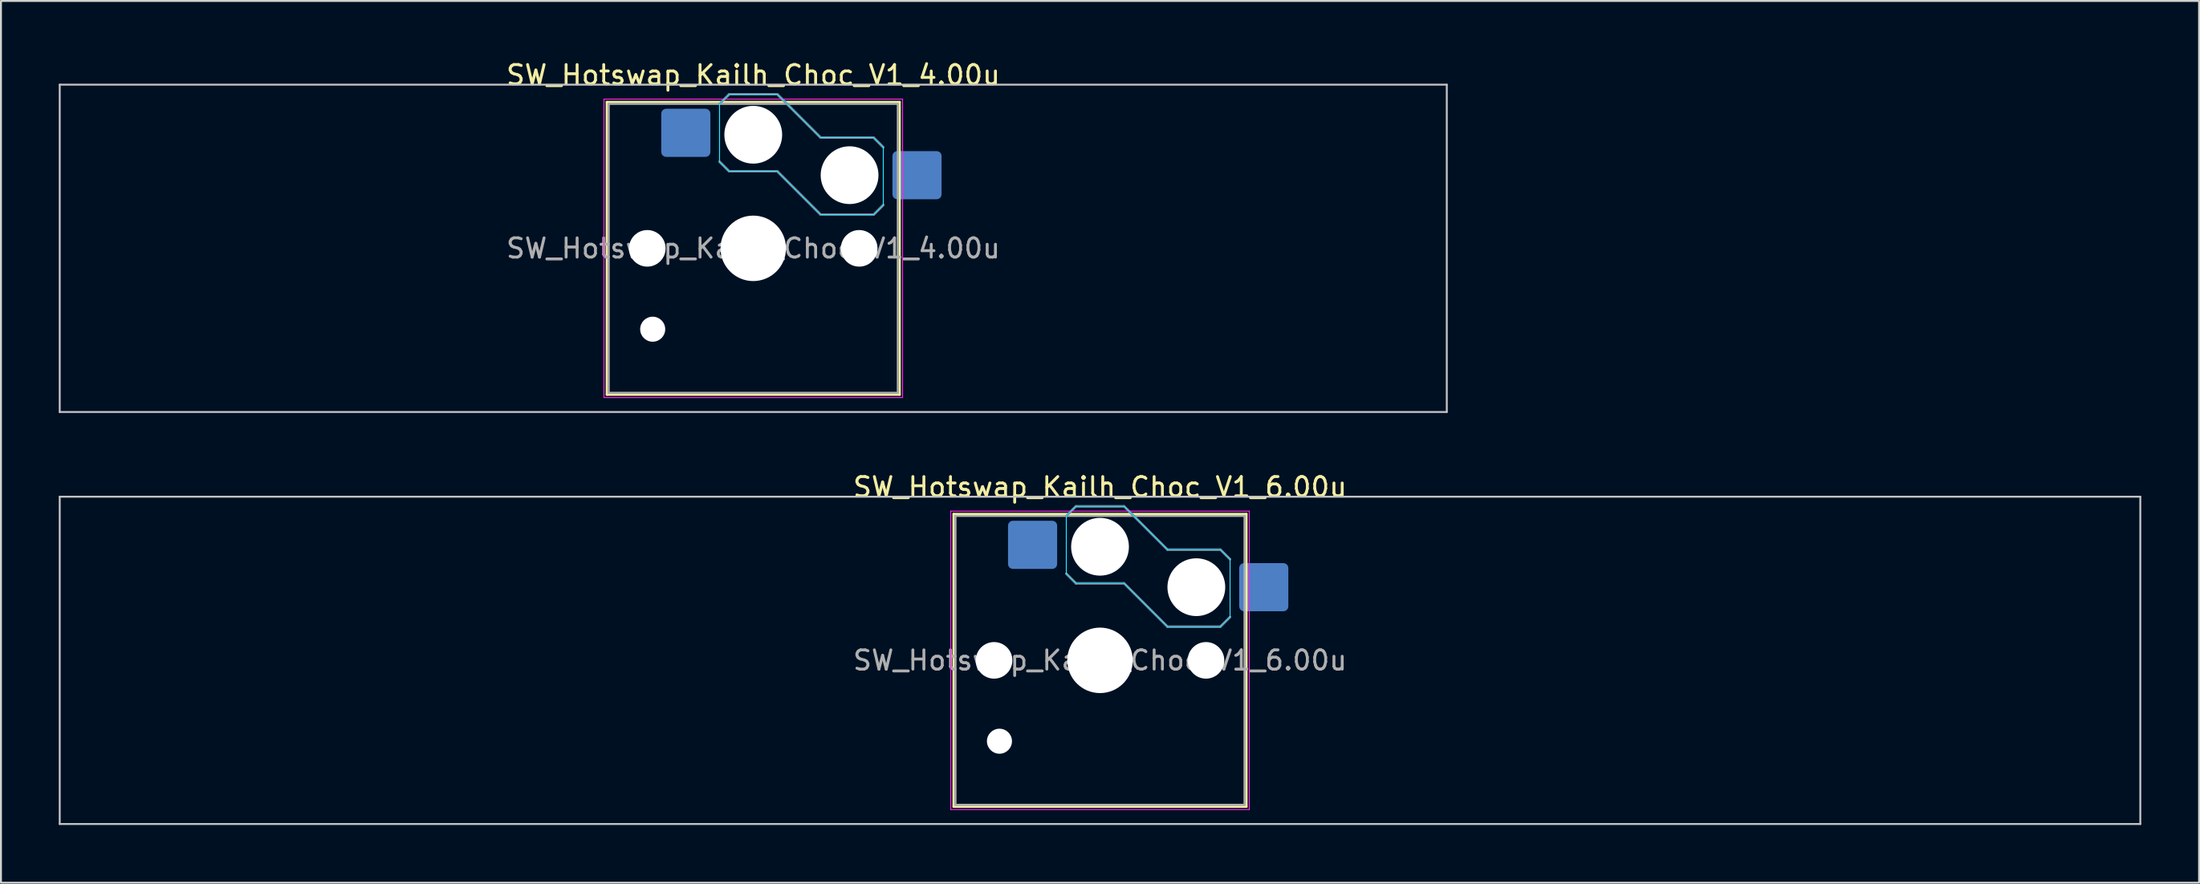
<source format=kicad_pcb>
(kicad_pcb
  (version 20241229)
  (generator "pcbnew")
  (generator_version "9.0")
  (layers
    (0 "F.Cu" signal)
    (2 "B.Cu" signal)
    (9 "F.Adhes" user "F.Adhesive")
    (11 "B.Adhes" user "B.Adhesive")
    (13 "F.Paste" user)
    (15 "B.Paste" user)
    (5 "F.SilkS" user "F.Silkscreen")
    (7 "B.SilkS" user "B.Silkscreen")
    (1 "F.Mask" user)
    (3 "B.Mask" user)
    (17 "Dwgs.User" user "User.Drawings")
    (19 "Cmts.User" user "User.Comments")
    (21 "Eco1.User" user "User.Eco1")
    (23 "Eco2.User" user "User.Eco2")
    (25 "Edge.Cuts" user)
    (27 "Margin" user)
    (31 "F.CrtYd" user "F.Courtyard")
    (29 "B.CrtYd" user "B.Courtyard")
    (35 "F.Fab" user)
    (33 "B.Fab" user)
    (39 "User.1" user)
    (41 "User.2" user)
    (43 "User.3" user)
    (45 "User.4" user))
  (footprint "SW_Hotswap_Kailh_Choc_V1_4.00u"
    (layer "F.Cu")
    (at 36.05 9.848)
    (property "Reference" "SW_Hotswap_Kailh_Choc_V1_4.00u" (at 0 -9 0) (layer "F.SilkS") (effects (font (size 1 1) (thickness 0.15))))
    (attr smd)
    (fp_line (start -7.6 -7.6) (end -7.6 7.6) (stroke (width 0.12) (type solid)) (layer "F.SilkS"))
    (fp_line (start -7.6 7.6) (end 7.6 7.6) (stroke (width 0.12) (type solid)) (layer "F.SilkS"))
    (fp_line (start 7.6 -7.6) (end -7.6 -7.6) (stroke (width 0.12) (type solid)) (layer "F.SilkS"))
    (fp_line (start 7.6 7.6) (end 7.6 -7.6) (stroke (width 0.12) (type solid)) (layer "F.SilkS"))
    (fp_line (start -1.75 -7.5) (end -1.25 -8) (stroke (width 0.12) (type solid)) (layer "B.SilkS"))
    (fp_line (start -1.25 -8) (end 1.25 -8) (stroke (width 0.12) (type solid)) (layer "B.SilkS"))
    (fp_line (start -1.25 -4) (end -1.75 -4.5) (stroke (width 0.12) (type solid)) (layer "B.SilkS"))
    (fp_line (start 1.25 -8) (end 3.5 -5.75) (stroke (width 0.12) (type solid)) (layer "B.SilkS"))
    (fp_line (start 1.25 -4) (end -1.25 -4) (stroke (width 0.12) (type solid)) (layer "B.SilkS"))
    (fp_line (start 3.5 -5.75) (end 6.25 -5.75) (stroke (width 0.12) (type solid)) (layer "B.SilkS"))
    (fp_line (start 3.5 -1.75) (end 1.25 -4) (stroke (width 0.12) (type solid)) (layer "B.SilkS"))
    (fp_line (start 6.25 -5.75) (end 6.75 -5.25) (stroke (width 0.12) (type solid)) (layer "B.SilkS"))
    (fp_line (start 6.25 -1.75) (end 3.5 -1.75) (stroke (width 0.12) (type solid)) (layer "B.SilkS"))
    (fp_line (start 6.75 -2.25) (end 6.25 -1.75) (stroke (width 0.12) (type solid)) (layer "B.SilkS"))
    (fp_line (start -36 -8.5) (end -36 8.5) (stroke (width 0.1) (type solid)) (layer "Dwgs.User"))
    (fp_line (start -36 8.5) (end 36 8.5) (stroke (width 0.1) (type solid)) (layer "Dwgs.User"))
    (fp_line (start 36 -8.5) (end -36 -8.5) (stroke (width 0.1) (type solid)) (layer "Dwgs.User"))
    (fp_line (start 36 8.5) (end 36 -8.5) (stroke (width 0.1) (type solid)) (layer "Dwgs.User"))
    (fp_line (start -7.25 -7.25) (end -7.25 7.25) (stroke (width 0.1) (type solid)) (layer "Eco1.User"))
    (fp_line (start -7.25 7.25) (end 7.25 7.25) (stroke (width 0.1) (type solid)) (layer "Eco1.User"))
    (fp_line (start 7.25 -7.25) (end -7.25 -7.25) (stroke (width 0.1) (type solid)) (layer "Eco1.User"))
    (fp_line (start 7.25 7.25) (end 7.25 -7.25) (stroke (width 0.1) (type solid)) (layer "Eco1.User"))
    (fp_line (start -1.75 -7.5) (end -1.25 -8) (stroke (width 0.05) (type solid)) (layer "B.CrtYd"))
    (fp_line (start -1.75 -4.5) (end -1.75 -7.5) (stroke (width 0.05) (type solid)) (layer "B.CrtYd"))
    (fp_line (start -1.25 -8) (end 1.25 -8) (stroke (width 0.05) (type solid)) (layer "B.CrtYd"))
    (fp_line (start -1.25 -4) (end -1.75 -4.5) (stroke (width 0.05) (type solid)) (layer "B.CrtYd"))
    (fp_line (start 1.25 -8) (end 3.5 -5.75) (stroke (width 0.05) (type solid)) (layer "B.CrtYd"))
    (fp_line (start 1.25 -4) (end -1.25 -4) (stroke (width 0.05) (type solid)) (layer "B.CrtYd"))
    (fp_line (start 3.5 -5.75) (end 6.25 -5.75) (stroke (width 0.05) (type solid)) (layer "B.CrtYd"))
    (fp_line (start 3.5 -1.75) (end 1.25 -4) (stroke (width 0.05) (type solid)) (layer "B.CrtYd"))
    (fp_line (start 6.25 -5.75) (end 6.75 -5.25) (stroke (width 0.05) (type solid)) (layer "B.CrtYd"))
    (fp_line (start 6.25 -1.75) (end 3.5 -1.75) (stroke (width 0.05) (type solid)) (layer "B.CrtYd"))
    (fp_line (start 6.75 -5.25) (end 6.75 -2.25) (stroke (width 0.05) (type solid)) (layer "B.CrtYd"))
    (fp_line (start 6.75 -2.25) (end 6.25 -1.75) (stroke (width 0.05) (type solid)) (layer "B.CrtYd"))
    (fp_line (start -7.75 -7.75) (end -7.75 7.75) (stroke (width 0.05) (type solid)) (layer "F.CrtYd"))
    (fp_line (start -7.75 7.75) (end 7.75 7.75) (stroke (width 0.05) (type solid)) (layer "F.CrtYd"))
    (fp_line (start 7.75 -7.75) (end -7.75 -7.75) (stroke (width 0.05) (type solid)) (layer "F.CrtYd"))
    (fp_line (start 7.75 7.75) (end 7.75 -7.75) (stroke (width 0.05) (type solid)) (layer "F.CrtYd"))
    (fp_line (start -1.75 -7.5) (end -1.25 -8) (stroke (width 0.1) (type solid)) (layer "B.Fab"))
    (fp_line (start -1.25 -8) (end 1.25 -8) (stroke (width 0.1) (type solid)) (layer "B.Fab"))
    (fp_line (start -1.25 -4) (end -1.75 -4.5) (stroke (width 0.1) (type solid)) (layer "B.Fab"))
    (fp_line (start 1.25 -8) (end 3.5 -5.75) (stroke (width 0.1) (type solid)) (layer "B.Fab"))
    (fp_line (start 1.25 -4) (end -1.25 -4) (stroke (width 0.1) (type solid)) (layer "B.Fab"))
    (fp_line (start 3.5 -5.75) (end 6.25 -5.75) (stroke (width 0.1) (type solid)) (layer "B.Fab"))
    (fp_line (start 3.5 -1.75) (end 1.25 -4) (stroke (width 0.1) (type solid)) (layer "B.Fab"))
    (fp_line (start 6.25 -5.75) (end 6.75 -5.25) (stroke (width 0.1) (type solid)) (layer "B.Fab"))
    (fp_line (start 6.25 -1.75) (end 3.5 -1.75) (stroke (width 0.1) (type solid)) (layer "B.Fab"))
    (fp_line (start 6.75 -2.25) (end 6.25 -1.75) (stroke (width 0.1) (type solid)) (layer "B.Fab"))
    (fp_line (start -7.5 -7.5) (end -7.5 7.5) (stroke (width 0.1) (type solid)) (layer "F.Fab"))
    (fp_line (start -7.5 7.5) (end 7.5 7.5) (stroke (width 0.1) (type solid)) (layer "F.Fab"))
    (fp_line (start 7.5 -7.5) (end -7.5 -7.5) (stroke (width 0.1) (type solid)) (layer "F.Fab"))
    (fp_line (start 7.5 7.5) (end 7.5 -7.5) (stroke (width 0.1) (type solid)) (layer "F.Fab"))
    (fp_text user "${REFERENCE}" (at 0 0 0) (layer "F.Fab") (effects (font (size 1 1) (thickness 0.15))))
    (pad "" np_thru_hole circle (at -5.5 0) (size 1.9 1.9) (drill 1.9) (layers "*.Cu" "*.Mask"))
    (pad "" np_thru_hole circle (at -5.22 4.2) (size 1.3 1.3) (drill 1.3) (layers "*.Cu" "*.Mask"))
    (pad "" np_thru_hole circle (at 0 -5.9) (size 3 3) (drill 3) (layers "*.Cu" "*.Mask"))
    (pad "" np_thru_hole circle (at 0 0) (size 3.4 3.4) (drill 3.4) (layers "*.Cu" "*.Mask"))
    (pad "" np_thru_hole circle (at 5 -3.8) (size 3 3) (drill 3) (layers "*.Cu" "*.Mask"))
    (pad "" np_thru_hole circle (at 5.5 0) (size 1.9 1.9) (drill 1.9) (layers "*.Cu" "*.Mask"))
    (pad "1" smd roundrect (at -3.5 -6) (size 2.55 2.5) (layers "B.Cu" "B.Mask" "B.Paste") (roundrect_rratio 0.1))
    (pad "2" smd roundrect (at 8.5 -3.8) (size 2.55 2.5) (layers "B.Cu" "B.Mask" "B.Paste") (roundrect_rratio 0.1)))
  (footprint "SW_Hotswap_Kailh_Choc_V1_6.00u"
    (layer "F.Cu")
    (at 54.05 31.247)
    (property "Reference" "SW_Hotswap_Kailh_Choc_V1_6.00u" (at 0 -9 0) (layer "F.SilkS") (effects (font (size 1 1) (thickness 0.15))))
    (attr smd)
    (fp_line (start -7.6 -7.6) (end -7.6 7.6) (stroke (width 0.12) (type solid)) (layer "F.SilkS"))
    (fp_line (start -7.6 7.6) (end 7.6 7.6) (stroke (width 0.12) (type solid)) (layer "F.SilkS"))
    (fp_line (start 7.6 -7.6) (end -7.6 -7.6) (stroke (width 0.12) (type solid)) (layer "F.SilkS"))
    (fp_line (start 7.6 7.6) (end 7.6 -7.6) (stroke (width 0.12) (type solid)) (layer "F.SilkS"))
    (fp_line (start -1.75 -7.5) (end -1.25 -8) (stroke (width 0.12) (type solid)) (layer "B.SilkS"))
    (fp_line (start -1.25 -8) (end 1.25 -8) (stroke (width 0.12) (type solid)) (layer "B.SilkS"))
    (fp_line (start -1.25 -4) (end -1.75 -4.5) (stroke (width 0.12) (type solid)) (layer "B.SilkS"))
    (fp_line (start 1.25 -8) (end 3.5 -5.75) (stroke (width 0.12) (type solid)) (layer "B.SilkS"))
    (fp_line (start 1.25 -4) (end -1.25 -4) (stroke (width 0.12) (type solid)) (layer "B.SilkS"))
    (fp_line (start 3.5 -5.75) (end 6.25 -5.75) (stroke (width 0.12) (type solid)) (layer "B.SilkS"))
    (fp_line (start 3.5 -1.75) (end 1.25 -4) (stroke (width 0.12) (type solid)) (layer "B.SilkS"))
    (fp_line (start 6.25 -5.75) (end 6.75 -5.25) (stroke (width 0.12) (type solid)) (layer "B.SilkS"))
    (fp_line (start 6.25 -1.75) (end 3.5 -1.75) (stroke (width 0.12) (type solid)) (layer "B.SilkS"))
    (fp_line (start 6.75 -2.25) (end 6.25 -1.75) (stroke (width 0.12) (type solid)) (layer "B.SilkS"))
    (fp_line (start -54 -8.5) (end -54 8.5) (stroke (width 0.1) (type solid)) (layer "Dwgs.User"))
    (fp_line (start -54 8.5) (end 54 8.5) (stroke (width 0.1) (type solid)) (layer "Dwgs.User"))
    (fp_line (start 54 -8.5) (end -54 -8.5) (stroke (width 0.1) (type solid)) (layer "Dwgs.User"))
    (fp_line (start 54 8.5) (end 54 -8.5) (stroke (width 0.1) (type solid)) (layer "Dwgs.User"))
    (fp_line (start -7.25 -7.25) (end -7.25 7.25) (stroke (width 0.1) (type solid)) (layer "Eco1.User"))
    (fp_line (start -7.25 7.25) (end 7.25 7.25) (stroke (width 0.1) (type solid)) (layer "Eco1.User"))
    (fp_line (start 7.25 -7.25) (end -7.25 -7.25) (stroke (width 0.1) (type solid)) (layer "Eco1.User"))
    (fp_line (start 7.25 7.25) (end 7.25 -7.25) (stroke (width 0.1) (type solid)) (layer "Eco1.User"))
    (fp_line (start -1.75 -7.5) (end -1.25 -8) (stroke (width 0.05) (type solid)) (layer "B.CrtYd"))
    (fp_line (start -1.75 -4.5) (end -1.75 -7.5) (stroke (width 0.05) (type solid)) (layer "B.CrtYd"))
    (fp_line (start -1.25 -8) (end 1.25 -8) (stroke (width 0.05) (type solid)) (layer "B.CrtYd"))
    (fp_line (start -1.25 -4) (end -1.75 -4.5) (stroke (width 0.05) (type solid)) (layer "B.CrtYd"))
    (fp_line (start 1.25 -8) (end 3.5 -5.75) (stroke (width 0.05) (type solid)) (layer "B.CrtYd"))
    (fp_line (start 1.25 -4) (end -1.25 -4) (stroke (width 0.05) (type solid)) (layer "B.CrtYd"))
    (fp_line (start 3.5 -5.75) (end 6.25 -5.75) (stroke (width 0.05) (type solid)) (layer "B.CrtYd"))
    (fp_line (start 3.5 -1.75) (end 1.25 -4) (stroke (width 0.05) (type solid)) (layer "B.CrtYd"))
    (fp_line (start 6.25 -5.75) (end 6.75 -5.25) (stroke (width 0.05) (type solid)) (layer "B.CrtYd"))
    (fp_line (start 6.25 -1.75) (end 3.5 -1.75) (stroke (width 0.05) (type solid)) (layer "B.CrtYd"))
    (fp_line (start 6.75 -5.25) (end 6.75 -2.25) (stroke (width 0.05) (type solid)) (layer "B.CrtYd"))
    (fp_line (start 6.75 -2.25) (end 6.25 -1.75) (stroke (width 0.05) (type solid)) (layer "B.CrtYd"))
    (fp_line (start -7.75 -7.75) (end -7.75 7.75) (stroke (width 0.05) (type solid)) (layer "F.CrtYd"))
    (fp_line (start -7.75 7.75) (end 7.75 7.75) (stroke (width 0.05) (type solid)) (layer "F.CrtYd"))
    (fp_line (start 7.75 -7.75) (end -7.75 -7.75) (stroke (width 0.05) (type solid)) (layer "F.CrtYd"))
    (fp_line (start 7.75 7.75) (end 7.75 -7.75) (stroke (width 0.05) (type solid)) (layer "F.CrtYd"))
    (fp_line (start -1.75 -7.5) (end -1.25 -8) (stroke (width 0.1) (type solid)) (layer "B.Fab"))
    (fp_line (start -1.25 -8) (end 1.25 -8) (stroke (width 0.1) (type solid)) (layer "B.Fab"))
    (fp_line (start -1.25 -4) (end -1.75 -4.5) (stroke (width 0.1) (type solid)) (layer "B.Fab"))
    (fp_line (start 1.25 -8) (end 3.5 -5.75) (stroke (width 0.1) (type solid)) (layer "B.Fab"))
    (fp_line (start 1.25 -4) (end -1.25 -4) (stroke (width 0.1) (type solid)) (layer "B.Fab"))
    (fp_line (start 3.5 -5.75) (end 6.25 -5.75) (stroke (width 0.1) (type solid)) (layer "B.Fab"))
    (fp_line (start 3.5 -1.75) (end 1.25 -4) (stroke (width 0.1) (type solid)) (layer "B.Fab"))
    (fp_line (start 6.25 -5.75) (end 6.75 -5.25) (stroke (width 0.1) (type solid)) (layer "B.Fab"))
    (fp_line (start 6.25 -1.75) (end 3.5 -1.75) (stroke (width 0.1) (type solid)) (layer "B.Fab"))
    (fp_line (start 6.75 -2.25) (end 6.25 -1.75) (stroke (width 0.1) (type solid)) (layer "B.Fab"))
    (fp_line (start -7.5 -7.5) (end -7.5 7.5) (stroke (width 0.1) (type solid)) (layer "F.Fab"))
    (fp_line (start -7.5 7.5) (end 7.5 7.5) (stroke (width 0.1) (type solid)) (layer "F.Fab"))
    (fp_line (start 7.5 -7.5) (end -7.5 -7.5) (stroke (width 0.1) (type solid)) (layer "F.Fab"))
    (fp_line (start 7.5 7.5) (end 7.5 -7.5) (stroke (width 0.1) (type solid)) (layer "F.Fab"))
    (fp_text user "${REFERENCE}" (at 0 0 0) (layer "F.Fab") (effects (font (size 1 1) (thickness 0.15))))
    (pad "" np_thru_hole circle (at -5.5 0) (size 1.9 1.9) (drill 1.9) (layers "*.Cu" "*.Mask"))
    (pad "" np_thru_hole circle (at -5.22 4.2) (size 1.3 1.3) (drill 1.3) (layers "*.Cu" "*.Mask"))
    (pad "" np_thru_hole circle (at 0 -5.9) (size 3 3) (drill 3) (layers "*.Cu" "*.Mask"))
    (pad "" np_thru_hole circle (at 0 0) (size 3.4 3.4) (drill 3.4) (layers "*.Cu" "*.Mask"))
    (pad "" np_thru_hole circle (at 5 -3.8) (size 3 3) (drill 3) (layers "*.Cu" "*.Mask"))
    (pad "" np_thru_hole circle (at 5.5 0) (size 1.9 1.9) (drill 1.9) (layers "*.Cu" "*.Mask"))
    (pad "1" smd roundrect (at -3.5 -6) (size 2.55 2.5) (layers "B.Cu" "B.Mask" "B.Paste") (roundrect_rratio 0.1))
    (pad "2" smd roundrect (at 8.5 -3.8) (size 2.55 2.5) (layers "B.Cu" "B.Mask" "B.Paste") (roundrect_rratio 0.1)))
  (gr_rect
    (start -3 -3)
    (end 111.1 42.797)
    (stroke (width 0.1) (type default))
    (fill no)
    (layer "Edge.Cuts")))
</source>
